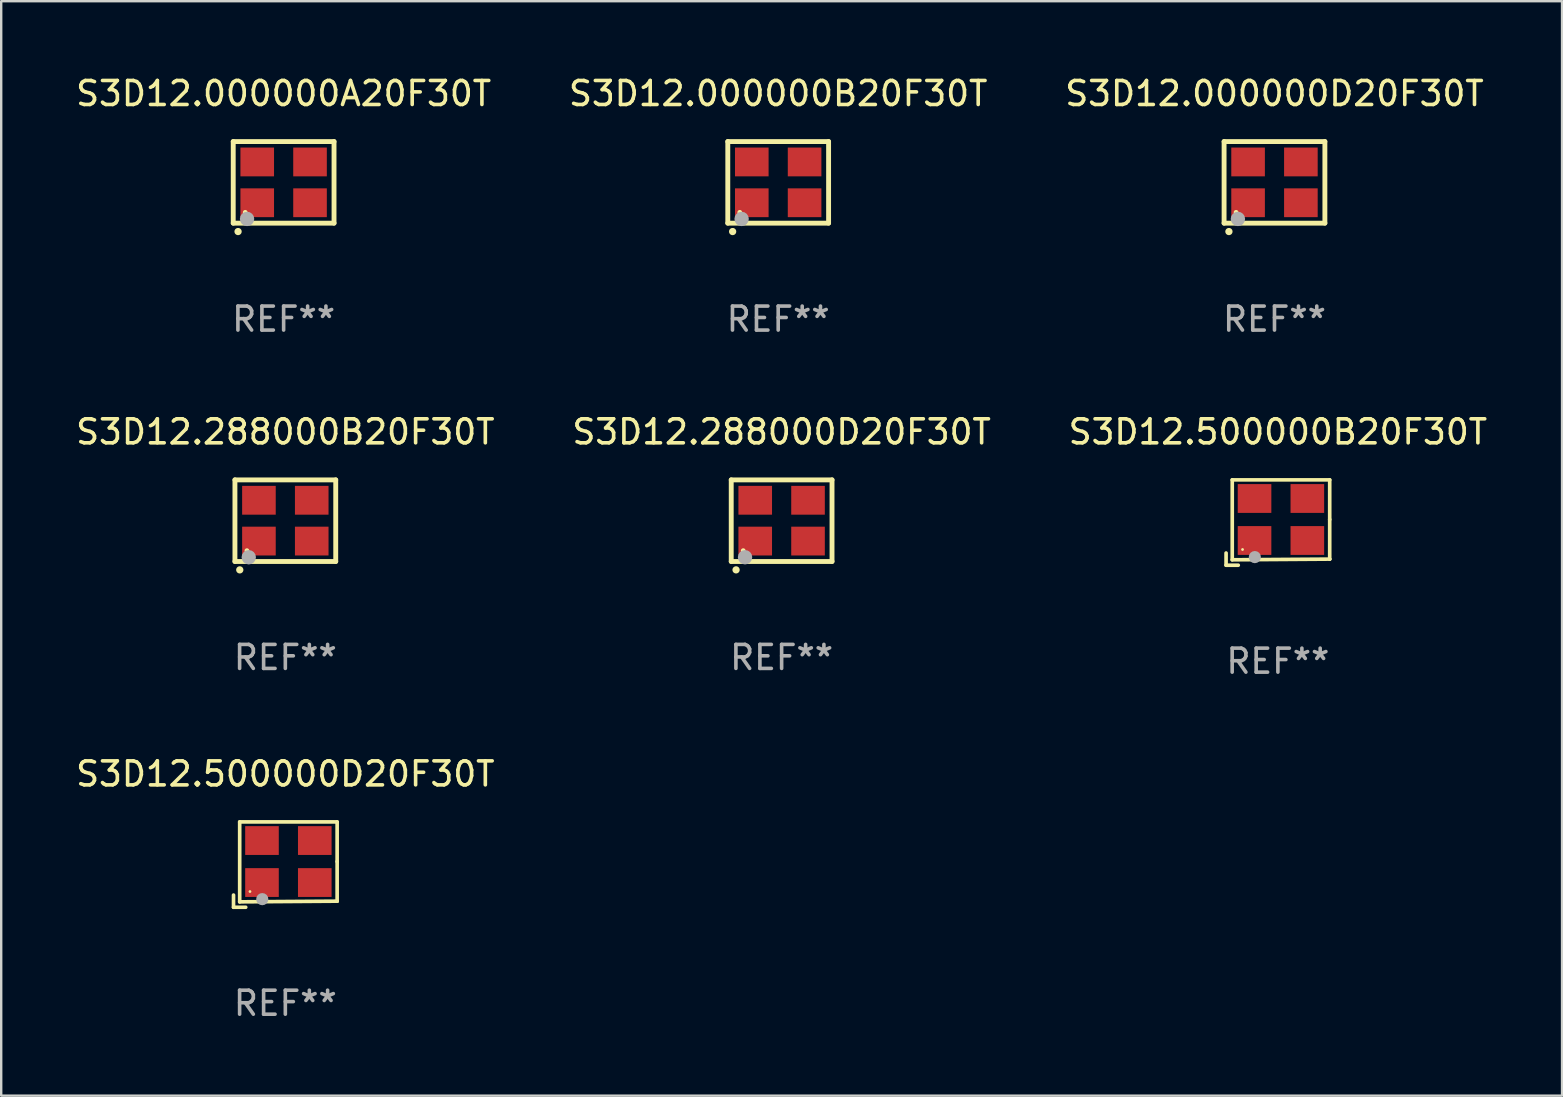
<source format=kicad_pcb>
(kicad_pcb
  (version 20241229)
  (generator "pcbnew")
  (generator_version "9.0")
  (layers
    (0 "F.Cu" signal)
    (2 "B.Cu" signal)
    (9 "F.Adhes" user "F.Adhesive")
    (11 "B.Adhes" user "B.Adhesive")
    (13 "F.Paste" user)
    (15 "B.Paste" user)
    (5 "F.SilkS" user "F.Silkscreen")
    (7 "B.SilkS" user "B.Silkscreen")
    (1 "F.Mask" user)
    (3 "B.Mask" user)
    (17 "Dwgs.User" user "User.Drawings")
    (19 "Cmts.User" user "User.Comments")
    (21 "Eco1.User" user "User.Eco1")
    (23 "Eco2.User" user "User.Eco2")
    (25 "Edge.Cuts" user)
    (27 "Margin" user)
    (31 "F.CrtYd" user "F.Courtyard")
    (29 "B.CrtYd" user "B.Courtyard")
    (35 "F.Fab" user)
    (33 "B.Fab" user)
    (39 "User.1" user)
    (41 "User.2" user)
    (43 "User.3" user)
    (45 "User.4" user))
  (footprint "S3D12.000000D20F30T"
    (layer "F.Cu")
    (at 50.054 4.548)
    (property "Reference" "S3D12.000000D20F30T" (at 0 -3.7 0) (layer "F.SilkS") (effects (font (size 1 1) (thickness 0.15))))
    (attr through_hole)
    (fp_line (start -2.1 -1.7) (end -2.1 1.7) (stroke (width 0.203) (type solid)) (layer "F.SilkS"))
    (fp_line (start -2.1 1.7) (end 2.1 1.7) (stroke (width 0.203) (type solid)) (layer "F.SilkS"))
    (fp_line (start 2.1 -1.7) (end -2.1 -1.7) (stroke (width 0.203) (type solid)) (layer "F.SilkS"))
    (fp_line (start 2.1 1.7) (end 2.1 -1.7) (stroke (width 0.203) (type solid)) (layer "F.SilkS"))
    (fp_arc (start -1.899924 2.049784) (mid -1.898654 2.049779) (end -1.897384 2.049784) (stroke (width 0.3) (type solid)) (layer "F.SilkS"))
    (fp_circle (center -1.6 1.25) (end -1.55 1.25) (stroke (width 0.1) (type solid)) (fill no) (layer "F.SilkS"))
    (fp_circle (center -1.524 1.524) (end -1.374 1.524) (stroke (width 0.3) (type solid)) (fill no) (layer "F.Fab"))
    (fp_text user "REF**" (at 0 5.7 0) (layer "F.Fab") (effects (font (size 1 1) (thickness 0.15))))
    (pad "1" smd rect (at -1.1 0.85) (size 1.4 1.2) (layers "F.Cu" "F.Mask" "F.Paste"))
    (pad "2" smd rect (at 1.1 0.85) (size 1.4 1.2) (layers "F.Cu" "F.Mask" "F.Paste"))
    (pad "3" smd rect (at 1.1 -0.85) (size 1.4 1.2) (layers "F.Cu" "F.Mask" "F.Paste"))
    (pad "4" smd rect (at -1.1 -0.85) (size 1.4 1.2) (layers "F.Cu" "F.Mask" "F.Paste")))
  (footprint "S3D12.500000D20F30T"
    (layer "F.Cu")
    (at 8.839 32.975)
    (property "Reference" "S3D12.500000D20F30T" (at 0 -3.778 0) (layer "F.SilkS") (effects (font (size 1 1) (thickness 0.15))))
    (attr through_hole)
    (fp_line (start -2.159 1.27) (end -2.159 1.778) (stroke (width 0.152) (type solid)) (layer "F.SilkS"))
    (fp_line (start -2.159 1.778) (end -1.651 1.778) (stroke (width 0.152) (type solid)) (layer "F.SilkS"))
    (fp_line (start -1.902 -1.778) (end 2.159 -1.778) (stroke (width 0.152) (type solid)) (layer "F.SilkS"))
    (fp_line (start -1.902 1.552) (end -1.902 -1.778) (stroke (width 0.152) (type solid)) (layer "F.SilkS"))
    (fp_line (start 2.159 -1.778) (end 2.159 -0.127) (stroke (width 0.152) (type solid)) (layer "F.SilkS"))
    (fp_line (start 2.159 -0.127) (end 2.159 1.524) (stroke (width 0.152) (type solid)) (layer "F.SilkS"))
    (fp_line (start 2.159 1.524) (end -1.902 1.552) (stroke (width 0.152) (type solid)) (layer "F.SilkS"))
    (fp_line (start 2.159 1.524) (end 2.159 1.524) (stroke (width 0.152) (type solid)) (layer "F.SilkS"))
    (fp_circle (center -1.473 1.123) (end -1.443 1.123) (stroke (width 0.06) (type solid)) (fill no) (layer "F.SilkS"))
    (fp_circle (center -0.961 1.44) (end -0.834 1.44) (stroke (width 0.254) (type solid)) (fill no) (layer "F.Fab"))
    (fp_text user "REF**" (at 0 5.778 0) (layer "F.Fab") (effects (font (size 1 1) (thickness 0.15))))
    (pad "1" smd rect (at -0.973 0.748) (size 1.4 1.2) (layers "F.Cu" "F.Mask" "F.Paste"))
    (pad "2" smd rect (at 1.227 0.748) (size 1.4 1.2) (layers "F.Cu" "F.Mask" "F.Paste"))
    (pad "3" smd rect (at 1.227 -1.002) (size 1.4 1.2) (layers "F.Cu" "F.Mask" "F.Paste"))
    (pad "4" smd rect (at -0.973 -1.002) (size 1.4 1.2) (layers "F.Cu" "F.Mask" "F.Paste")))
  (footprint "S3D12.288000B20F30T"
    (layer "F.Cu")
    (at 8.839 18.645)
    (property "Reference" "S3D12.288000B20F30T" (at 0 -3.7 0) (layer "F.SilkS") (effects (font (size 1 1) (thickness 0.15))))
    (attr through_hole)
    (fp_line (start -2.1 -1.7) (end -2.1 1.7) (stroke (width 0.203) (type solid)) (layer "F.SilkS"))
    (fp_line (start -2.1 1.7) (end 2.1 1.7) (stroke (width 0.203) (type solid)) (layer "F.SilkS"))
    (fp_line (start 2.1 -1.7) (end -2.1 -1.7) (stroke (width 0.203) (type solid)) (layer "F.SilkS"))
    (fp_line (start 2.1 1.7) (end 2.1 -1.7) (stroke (width 0.203) (type solid)) (layer "F.SilkS"))
    (fp_arc (start -1.899924 2.049784) (mid -1.898654 2.049779) (end -1.897384 2.049784) (stroke (width 0.3) (type solid)) (layer "F.SilkS"))
    (fp_circle (center -1.6 1.25) (end -1.55 1.25) (stroke (width 0.1) (type solid)) (fill no) (layer "F.SilkS"))
    (fp_circle (center -1.524 1.524) (end -1.374 1.524) (stroke (width 0.3) (type solid)) (fill no) (layer "F.Fab"))
    (fp_text user "REF**" (at 0 5.7 0) (layer "F.Fab") (effects (font (size 1 1) (thickness 0.15))))
    (pad "1" smd rect (at -1.1 0.85) (size 1.4 1.2) (layers "F.Cu" "F.Mask" "F.Paste"))
    (pad "2" smd rect (at 1.1 0.85) (size 1.4 1.2) (layers "F.Cu" "F.Mask" "F.Paste"))
    (pad "3" smd rect (at 1.1 -0.85) (size 1.4 1.2) (layers "F.Cu" "F.Mask" "F.Paste"))
    (pad "4" smd rect (at -1.1 -0.85) (size 1.4 1.2) (layers "F.Cu" "F.Mask" "F.Paste")))
  (footprint "S3D12.288000D20F30T"
    (layer "F.Cu")
    (at 29.518 18.645)
    (property "Reference" "S3D12.288000D20F30T" (at 0 -3.7 0) (layer "F.SilkS") (effects (font (size 1 1) (thickness 0.15))))
    (attr through_hole)
    (fp_line (start -2.1 -1.7) (end -2.1 1.7) (stroke (width 0.203) (type solid)) (layer "F.SilkS"))
    (fp_line (start -2.1 1.7) (end 2.1 1.7) (stroke (width 0.203) (type solid)) (layer "F.SilkS"))
    (fp_line (start 2.1 -1.7) (end -2.1 -1.7) (stroke (width 0.203) (type solid)) (layer "F.SilkS"))
    (fp_line (start 2.1 1.7) (end 2.1 -1.7) (stroke (width 0.203) (type solid)) (layer "F.SilkS"))
    (fp_arc (start -1.899924 2.049784) (mid -1.898654 2.049779) (end -1.897384 2.049784) (stroke (width 0.3) (type solid)) (layer "F.SilkS"))
    (fp_circle (center -1.6 1.25) (end -1.55 1.25) (stroke (width 0.1) (type solid)) (fill no) (layer "F.SilkS"))
    (fp_circle (center -1.524 1.524) (end -1.374 1.524) (stroke (width 0.3) (type solid)) (fill no) (layer "F.Fab"))
    (fp_text user "REF**" (at 0 5.7 0) (layer "F.Fab") (effects (font (size 1 1) (thickness 0.15))))
    (pad "1" smd rect (at -1.1 0.85) (size 1.4 1.2) (layers "F.Cu" "F.Mask" "F.Paste"))
    (pad "2" smd rect (at 1.1 0.85) (size 1.4 1.2) (layers "F.Cu" "F.Mask" "F.Paste"))
    (pad "3" smd rect (at 1.1 -0.85) (size 1.4 1.2) (layers "F.Cu" "F.Mask" "F.Paste"))
    (pad "4" smd rect (at -1.1 -0.85) (size 1.4 1.2) (layers "F.Cu" "F.Mask" "F.Paste")))
  (footprint "S3D12.000000B20F30T"
    (layer "F.Cu")
    (at 29.375 4.548)
    (property "Reference" "S3D12.000000B20F30T" (at 0 -3.7 0) (layer "F.SilkS") (effects (font (size 1 1) (thickness 0.15))))
    (attr through_hole)
    (fp_line (start -2.1 -1.7) (end -2.1 1.7) (stroke (width 0.203) (type solid)) (layer "F.SilkS"))
    (fp_line (start -2.1 1.7) (end 2.1 1.7) (stroke (width 0.203) (type solid)) (layer "F.SilkS"))
    (fp_line (start 2.1 -1.7) (end -2.1 -1.7) (stroke (width 0.203) (type solid)) (layer "F.SilkS"))
    (fp_line (start 2.1 1.7) (end 2.1 -1.7) (stroke (width 0.203) (type solid)) (layer "F.SilkS"))
    (fp_arc (start -1.899924 2.049784) (mid -1.898654 2.049779) (end -1.897384 2.049784) (stroke (width 0.3) (type solid)) (layer "F.SilkS"))
    (fp_circle (center -1.6 1.25) (end -1.55 1.25) (stroke (width 0.1) (type solid)) (fill no) (layer "F.SilkS"))
    (fp_circle (center -1.524 1.524) (end -1.374 1.524) (stroke (width 0.3) (type solid)) (fill no) (layer "F.Fab"))
    (fp_text user "REF**" (at 0 5.7 0) (layer "F.Fab") (effects (font (size 1 1) (thickness 0.15))))
    (pad "1" smd rect (at -1.1 0.85) (size 1.4 1.2) (layers "F.Cu" "F.Mask" "F.Paste"))
    (pad "2" smd rect (at 1.1 0.85) (size 1.4 1.2) (layers "F.Cu" "F.Mask" "F.Paste"))
    (pad "3" smd rect (at 1.1 -0.85) (size 1.4 1.2) (layers "F.Cu" "F.Mask" "F.Paste"))
    (pad "4" smd rect (at -1.1 -0.85) (size 1.4 1.2) (layers "F.Cu" "F.Mask" "F.Paste")))
  (footprint "S3D12.500000B20F30T"
    (layer "F.Cu")
    (at 50.196 18.723)
    (property "Reference" "S3D12.500000B20F30T" (at 0 -3.778 0) (layer "F.SilkS") (effects (font (size 1 1) (thickness 0.15))))
    (attr through_hole)
    (fp_line (start -2.159 1.27) (end -2.159 1.778) (stroke (width 0.152) (type solid)) (layer "F.SilkS"))
    (fp_line (start -2.159 1.778) (end -1.651 1.778) (stroke (width 0.152) (type solid)) (layer "F.SilkS"))
    (fp_line (start -1.902 -1.778) (end 2.159 -1.778) (stroke (width 0.152) (type solid)) (layer "F.SilkS"))
    (fp_line (start -1.902 1.552) (end -1.902 -1.778) (stroke (width 0.152) (type solid)) (layer "F.SilkS"))
    (fp_line (start 2.159 -1.778) (end 2.159 -0.127) (stroke (width 0.152) (type solid)) (layer "F.SilkS"))
    (fp_line (start 2.159 -0.127) (end 2.159 1.524) (stroke (width 0.152) (type solid)) (layer "F.SilkS"))
    (fp_line (start 2.159 1.524) (end -1.902 1.552) (stroke (width 0.152) (type solid)) (layer "F.SilkS"))
    (fp_line (start 2.159 1.524) (end 2.159 1.524) (stroke (width 0.152) (type solid)) (layer "F.SilkS"))
    (fp_circle (center -1.473 1.123) (end -1.443 1.123) (stroke (width 0.06) (type solid)) (fill no) (layer "F.SilkS"))
    (fp_circle (center -0.961 1.44) (end -0.834 1.44) (stroke (width 0.254) (type solid)) (fill no) (layer "F.Fab"))
    (fp_text user "REF**" (at 0 5.778 0) (layer "F.Fab") (effects (font (size 1 1) (thickness 0.15))))
    (pad "1" smd rect (at -0.973 0.748) (size 1.4 1.2) (layers "F.Cu" "F.Mask" "F.Paste"))
    (pad "2" smd rect (at 1.227 0.748) (size 1.4 1.2) (layers "F.Cu" "F.Mask" "F.Paste"))
    (pad "3" smd rect (at 1.227 -1.002) (size 1.4 1.2) (layers "F.Cu" "F.Mask" "F.Paste"))
    (pad "4" smd rect (at -0.973 -1.002) (size 1.4 1.2) (layers "F.Cu" "F.Mask" "F.Paste")))
  (footprint "S3D12.000000A20F30T"
    (layer "F.Cu")
    (at 8.768 4.548)
    (property "Reference" "S3D12.000000A20F30T" (at 0 -3.7 0) (layer "F.SilkS") (effects (font (size 1 1) (thickness 0.15))))
    (attr through_hole)
    (fp_line (start -2.1 -1.7) (end -2.1 1.7) (stroke (width 0.203) (type solid)) (layer "F.SilkS"))
    (fp_line (start -2.1 1.7) (end 2.1 1.7) (stroke (width 0.203) (type solid)) (layer "F.SilkS"))
    (fp_line (start 2.1 -1.7) (end -2.1 -1.7) (stroke (width 0.203) (type solid)) (layer "F.SilkS"))
    (fp_line (start 2.1 1.7) (end 2.1 -1.7) (stroke (width 0.203) (type solid)) (layer "F.SilkS"))
    (fp_arc (start -1.899924 2.049784) (mid -1.898654 2.049779) (end -1.897384 2.049784) (stroke (width 0.3) (type solid)) (layer "F.SilkS"))
    (fp_circle (center -1.6 1.25) (end -1.55 1.25) (stroke (width 0.1) (type solid)) (fill no) (layer "F.SilkS"))
    (fp_circle (center -1.524 1.524) (end -1.374 1.524) (stroke (width 0.3) (type solid)) (fill no) (layer "F.Fab"))
    (fp_text user "REF**" (at 0 5.7 0) (layer "F.Fab") (effects (font (size 1 1) (thickness 0.15))))
    (pad "1" smd rect (at -1.1 0.85) (size 1.4 1.2) (layers "F.Cu" "F.Mask" "F.Paste"))
    (pad "2" smd rect (at 1.1 0.85) (size 1.4 1.2) (layers "F.Cu" "F.Mask" "F.Paste"))
    (pad "3" smd rect (at 1.1 -0.85) (size 1.4 1.2) (layers "F.Cu" "F.Mask" "F.Paste"))
    (pad "4" smd rect (at -1.1 -0.85) (size 1.4 1.2) (layers "F.Cu" "F.Mask" "F.Paste")))
  (gr_rect
    (start -3 -3)
    (end 62.036 42.602)
    (stroke (width 0.1) (type default))
    (fill no)
    (layer "Edge.Cuts")))
</source>
